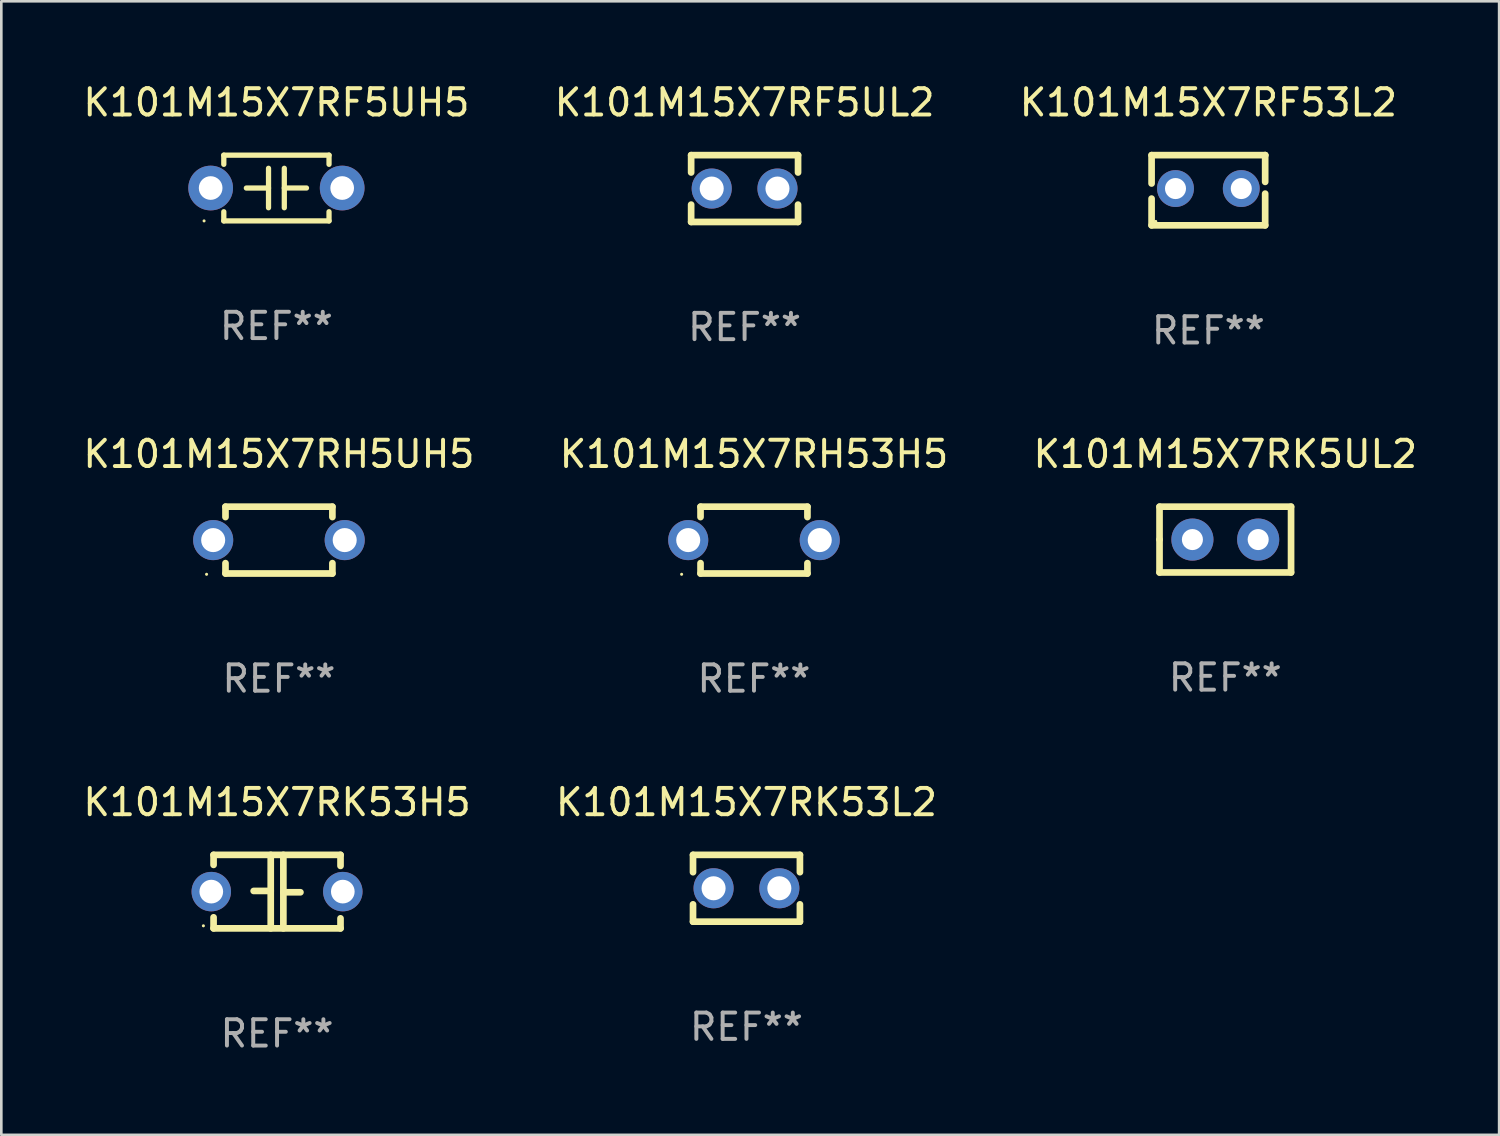
<source format=kicad_pcb>
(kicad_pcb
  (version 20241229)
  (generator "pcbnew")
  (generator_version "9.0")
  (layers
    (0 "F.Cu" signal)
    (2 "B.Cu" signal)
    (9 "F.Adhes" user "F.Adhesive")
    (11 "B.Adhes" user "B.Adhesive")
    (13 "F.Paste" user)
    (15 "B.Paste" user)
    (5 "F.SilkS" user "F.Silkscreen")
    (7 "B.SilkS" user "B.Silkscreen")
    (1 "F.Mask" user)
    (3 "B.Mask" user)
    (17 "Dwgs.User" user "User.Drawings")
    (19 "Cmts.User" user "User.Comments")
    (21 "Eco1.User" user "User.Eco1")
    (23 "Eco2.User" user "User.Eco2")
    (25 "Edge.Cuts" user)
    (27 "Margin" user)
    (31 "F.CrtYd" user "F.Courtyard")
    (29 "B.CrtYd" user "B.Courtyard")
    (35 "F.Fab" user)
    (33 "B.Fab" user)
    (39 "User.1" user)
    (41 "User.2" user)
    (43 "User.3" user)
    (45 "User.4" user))
  (footprint "K101M15X7RF5UL2"
    (layer "F.Cu")
    (at 25.256 4.118)
    (property "Reference" "K101M15X7RF5UL2" (at 0 -3.27 0) (layer "F.SilkS") (effects (font (size 1 1) (thickness 0.15))))
    (attr through_hole)
    (fp_line (start -2.032 -1.27) (end -2.032 -0.611) (stroke (width 0.254) (type solid)) (layer "F.SilkS"))
    (fp_line (start -2.032 0.611) (end -2.032 1.27) (stroke (width 0.254) (type solid)) (layer "F.SilkS"))
    (fp_line (start -2.032 1.27) (end 2.032 1.27) (stroke (width 0.254) (type solid)) (layer "F.SilkS"))
    (fp_line (start 2.032 -1.27) (end -2.032 -1.27) (stroke (width 0.254) (type solid)) (layer "F.SilkS"))
    (fp_line (start 2.032 -0.611) (end 2.032 -1.27) (stroke (width 0.254) (type solid)) (layer "F.SilkS"))
    (fp_line (start 2.032 1.27) (end 2.032 0.611) (stroke (width 0.254) (type solid)) (layer "F.SilkS"))
    (fp_circle (center -2 1.3) (end -1.97 1.3) (stroke (width 0.06) (type solid)) (fill no) (layer "F.SilkS"))
    (fp_text user "REF**" (at 0 5.27 0) (layer "F.Fab") (effects (font (size 1 1) (thickness 0.15))))
    (pad "1" thru_hole circle (at -1.25 0) (size 1.524 1.524) (drill 0.914) (layers "*.Cu" "*.Mask"))
    (pad "2" thru_hole circle (at 1.25 0) (size 1.524 1.524) (drill 0.914) (layers "*.Cu" "*.Mask")))
  (footprint "K101M15X7RH53H5"
    (layer "F.Cu")
    (at 25.613 17.482)
    (property "Reference" "K101M15X7RH53H5" (at 0 -3.27 0) (layer "F.SilkS") (effects (font (size 1 1) (thickness 0.15))))
    (attr through_hole)
    (fp_line (start -2.032 -1.27) (end -2.032 -0.876) (stroke (width 0.254) (type solid)) (layer "F.SilkS"))
    (fp_line (start -2.032 0.876) (end -2.032 1.27) (stroke (width 0.254) (type solid)) (layer "F.SilkS"))
    (fp_line (start -2.032 1.27) (end 2.032 1.27) (stroke (width 0.254) (type solid)) (layer "F.SilkS"))
    (fp_line (start 2.032 -1.27) (end -2.032 -1.27) (stroke (width 0.254) (type solid)) (layer "F.SilkS"))
    (fp_line (start 2.032 -0.876) (end 2.032 -1.27) (stroke (width 0.254) (type solid)) (layer "F.SilkS"))
    (fp_line (start 2.032 1.27) (end 2.032 0.876) (stroke (width 0.254) (type solid)) (layer "F.SilkS"))
    (fp_circle (center -2.751 1.3) (end -2.721 1.3) (stroke (width 0.06) (type solid)) (fill no) (layer "F.SilkS"))
    (fp_text user "REF**" (at 0 5.27 0) (layer "F.Fab") (effects (font (size 1 1) (thickness 0.15))))
    (pad "1" thru_hole circle (at -2.5 0) (size 1.524 1.524) (drill 0.914) (layers "*.Cu" "*.Mask"))
    (pad "2" thru_hole circle (at 2.5 0) (size 1.524 1.524) (drill 0.914) (layers "*.Cu" "*.Mask")))
  (footprint "K101M15X7RF5UH5"
    (layer "F.Cu")
    (at 7.458 4.098)
    (property "Reference" "K101M15X7RF5UH5" (at 0 -3.25 0) (layer "F.SilkS") (effects (font (size 1 1) (thickness 0.15))))
    (attr through_hole)
    (fp_line (start -2 -1.25) (end -2 -0.901) (stroke (width 0.2) (type solid)) (layer "F.SilkS"))
    (fp_line (start -2 -1.25) (end 2 -1.25) (stroke (width 0.2) (type solid)) (layer "F.SilkS"))
    (fp_line (start -2 0.901) (end -2 1.25) (stroke (width 0.2) (type solid)) (layer "F.SilkS"))
    (fp_line (start -0.3 -0.75) (end -0.3 0.75) (stroke (width 0.2) (type solid)) (layer "F.SilkS"))
    (fp_line (start -0.3 0.001) (end -1.143 0.001) (stroke (width 0.2) (type solid)) (layer "F.SilkS"))
    (fp_line (start 0.3 -0.001) (end 1.143 -0.001) (stroke (width 0.2) (type solid)) (layer "F.SilkS"))
    (fp_line (start 0.3 0.75) (end 0.3 -0.75) (stroke (width 0.2) (type solid)) (layer "F.SilkS"))
    (fp_line (start 2 -1.25) (end 2 -0.901) (stroke (width 0.2) (type solid)) (layer "F.SilkS"))
    (fp_line (start 2 0.901) (end 2 1.25) (stroke (width 0.2) (type solid)) (layer "F.SilkS"))
    (fp_line (start 2 1.25) (end -2 1.25) (stroke (width 0.2) (type solid)) (layer "F.SilkS"))
    (fp_circle (center -2.75 1.25) (end -2.72 1.25) (stroke (width 0.06) (type solid)) (fill no) (layer "F.SilkS"))
    (fp_text user "REF**" (at 0 5.25 0) (layer "F.Fab") (effects (font (size 1 1) (thickness 0.15))))
    (pad "1" thru_hole circle (at -2.5 0) (size 1.7 1.7) (drill 0.9) (layers "*.Cu" "*.Mask"))
    (pad "2" thru_hole circle (at 2.5 0) (size 1.7 1.7) (drill 0.9) (layers "*.Cu" "*.Mask")))
  (footprint "K101M15X7RK53L2"
    (layer "F.Cu")
    (at 25.327 30.718)
    (property "Reference" "K101M15X7RK53L2" (at 0 -3.27 0) (layer "F.SilkS") (effects (font (size 1 1) (thickness 0.15))))
    (attr through_hole)
    (fp_line (start -2.032 -1.27) (end -2.032 -0.611) (stroke (width 0.254) (type solid)) (layer "F.SilkS"))
    (fp_line (start -2.032 0.611) (end -2.032 1.27) (stroke (width 0.254) (type solid)) (layer "F.SilkS"))
    (fp_line (start -2.032 1.27) (end 2.032 1.27) (stroke (width 0.254) (type solid)) (layer "F.SilkS"))
    (fp_line (start 2.032 -1.27) (end -2.032 -1.27) (stroke (width 0.254) (type solid)) (layer "F.SilkS"))
    (fp_line (start 2.032 -0.611) (end 2.032 -1.27) (stroke (width 0.254) (type solid)) (layer "F.SilkS"))
    (fp_line (start 2.032 1.27) (end 2.032 0.611) (stroke (width 0.254) (type solid)) (layer "F.SilkS"))
    (fp_circle (center -2 1.3) (end -1.97 1.3) (stroke (width 0.06) (type solid)) (fill no) (layer "F.SilkS"))
    (fp_text user "REF**" (at 0 5.27 0) (layer "F.Fab") (effects (font (size 1 1) (thickness 0.15))))
    (pad "1" thru_hole circle (at -1.25 0) (size 1.524 1.524) (drill 0.914) (layers "*.Cu" "*.Mask"))
    (pad "2" thru_hole circle (at 1.25 0) (size 1.524 1.524) (drill 0.914) (layers "*.Cu" "*.Mask")))
  (footprint "K101M15X7RH5UH5"
    (layer "F.Cu")
    (at 7.554 17.482)
    (property "Reference" "K101M15X7RH5UH5" (at 0 -3.27 0) (layer "F.SilkS") (effects (font (size 1 1) (thickness 0.15))))
    (attr through_hole)
    (fp_line (start -2.032 -1.27) (end -2.032 -0.876) (stroke (width 0.254) (type solid)) (layer "F.SilkS"))
    (fp_line (start -2.032 0.876) (end -2.032 1.27) (stroke (width 0.254) (type solid)) (layer "F.SilkS"))
    (fp_line (start -2.032 1.27) (end 2.032 1.27) (stroke (width 0.254) (type solid)) (layer "F.SilkS"))
    (fp_line (start 2.032 -1.27) (end -2.032 -1.27) (stroke (width 0.254) (type solid)) (layer "F.SilkS"))
    (fp_line (start 2.032 -0.876) (end 2.032 -1.27) (stroke (width 0.254) (type solid)) (layer "F.SilkS"))
    (fp_line (start 2.032 1.27) (end 2.032 0.876) (stroke (width 0.254) (type solid)) (layer "F.SilkS"))
    (fp_circle (center -2.751 1.3) (end -2.721 1.3) (stroke (width 0.06) (type solid)) (fill no) (layer "F.SilkS"))
    (fp_text user "REF**" (at 0 5.27 0) (layer "F.Fab") (effects (font (size 1 1) (thickness 0.15))))
    (pad "1" thru_hole circle (at -2.5 0) (size 1.524 1.524) (drill 0.914) (layers "*.Cu" "*.Mask"))
    (pad "2" thru_hole circle (at 2.5 0) (size 1.524 1.524) (drill 0.914) (layers "*.Cu" "*.Mask")))
  (footprint "K101M15X7RK5UL2"
    (layer "F.Cu")
    (at 43.53 17.462)
    (property "Reference" "K101M15X7RK5UL2" (at 0 -3.25 0) (layer "F.SilkS") (effects (font (size 1 1) (thickness 0.15))))
    (attr through_hole)
    (fp_line (start -2.5 -1.25) (end 2.5 -1.25) (stroke (width 0.254) (type solid)) (layer "F.SilkS"))
    (fp_line (start -2.5 0) (end -2.5 -1.25) (stroke (width 0.254) (type solid)) (layer "F.SilkS"))
    (fp_line (start -2.5 1.25) (end -2.5 0) (stroke (width 0.254) (type solid)) (layer "F.SilkS"))
    (fp_line (start 2.5 -1.25) (end 2.5 1.25) (stroke (width 0.254) (type solid)) (layer "F.SilkS"))
    (fp_line (start 2.5 1.25) (end -2.5 1.25) (stroke (width 0.254) (type solid)) (layer "F.SilkS"))
    (fp_circle (center -2.5 1.25) (end -2.47 1.25) (stroke (width 0.06) (type solid)) (fill no) (layer "F.SilkS"))
    (fp_text user "REF**" (at 0 5.25 0) (layer "F.Fab") (effects (font (size 1 1) (thickness 0.15))))
    (pad "1" thru_hole circle (at -1.25 0) (size 1.6 1.6) (drill 0.8) (layers "*.Cu" "*.Mask"))
    (pad "2" thru_hole circle (at 1.25 0) (size 1.6 1.6) (drill 0.8) (layers "*.Cu" "*.Mask")))
  (footprint "K101M15X7RF53L2"
    (layer "F.Cu")
    (at 42.887 4.182)
    (property "Reference" "K101M15X7RF53L2" (at 0 -3.334 0) (layer "F.SilkS") (effects (font (size 1 1) (thickness 0.15))))
    (attr through_hole)
    (fp_line (start -2.159 -1.334) (end 2.159 -1.334) (stroke (width 0.254) (type solid)) (layer "F.SilkS"))
    (fp_line (start -2.159 -0.256) (end -2.159 -1.334) (stroke (width 0.254) (type solid)) (layer "F.SilkS"))
    (fp_line (start -2.159 1.334) (end -2.159 0.318) (stroke (width 0.254) (type solid)) (layer "F.SilkS"))
    (fp_line (start 2.159 -1.334) (end 2.159 -1.334) (stroke (width 0.254) (type solid)) (layer "F.SilkS"))
    (fp_line (start 2.159 -1.334) (end 2.159 -0.318) (stroke (width 0.254) (type solid)) (layer "F.SilkS"))
    (fp_line (start 2.159 0.129) (end 2.159 1.334) (stroke (width 0.254) (type solid)) (layer "F.SilkS"))
    (fp_line (start 2.159 1.334) (end -2.159 1.334) (stroke (width 0.254) (type solid)) (layer "F.SilkS"))
    (fp_circle (center -2 1.186) (end -1.97 1.186) (stroke (width 0.06) (type solid)) (fill no) (layer "F.SilkS"))
    (fp_text user "REF**" (at 0 5.334 0) (layer "F.Fab") (effects (font (size 1 1) (thickness 0.15))))
    (pad "1" thru_hole circle (at -1.25 -0.064) (size 1.4 1.4) (drill 0.8) (layers "*.Cu" "*.Mask"))
    (pad "2" thru_hole circle (at 1.25 -0.064) (size 1.4 1.4) (drill 0.8) (layers "*.Cu" "*.Mask")))
  (footprint "K101M15X7RK53H5"
    (layer "F.Cu")
    (at 7.482 30.845)
    (property "Reference" "K101M15X7RK53H5" (at 0 -3.397 0) (layer "F.SilkS") (effects (font (size 1 1) (thickness 0.15))))
    (attr through_hole)
    (fp_line (start -2.413 -1.397) (end 2.413 -1.397) (stroke (width 0.254) (type solid)) (layer "F.SilkS"))
    (fp_line (start -2.413 -1.016) (end -2.413 -1.397) (stroke (width 0.254) (type solid)) (layer "F.SilkS"))
    (fp_line (start -2.413 0.977) (end -2.413 1.397) (stroke (width 0.254) (type solid)) (layer "F.SilkS"))
    (fp_line (start -0.24 -0.025) (end -0.889 -0.025) (stroke (width 0.254) (type solid)) (layer "F.SilkS"))
    (fp_line (start -0.24 1.397) (end -0.24 -1.397) (stroke (width 0.254) (type solid)) (layer "F.SilkS"))
    (fp_line (start 0.24 -1.397) (end 0.24 1.397) (stroke (width 0.254) (type solid)) (layer "F.SilkS"))
    (fp_line (start 0.24 0.025) (end 0.889 0.025) (stroke (width 0.254) (type solid)) (layer "F.SilkS"))
    (fp_line (start 2.413 -0.977) (end 2.413 -1.397) (stroke (width 0.254) (type solid)) (layer "F.SilkS"))
    (fp_line (start 2.413 1.016) (end 2.413 1.397) (stroke (width 0.254) (type solid)) (layer "F.SilkS"))
    (fp_line (start 2.413 1.397) (end -2.413 1.397) (stroke (width 0.254) (type solid)) (layer "F.SilkS"))
    (fp_circle (center -2.8 1.3) (end -2.77 1.3) (stroke (width 0.06) (type solid)) (fill no) (layer "F.SilkS"))
    (fp_text user "REF**" (at 0 5.397 0) (layer "F.Fab") (effects (font (size 1 1) (thickness 0.15))))
    (pad "1" thru_hole circle (at -2.5 0) (size 1.5 1.5) (drill 0.9) (layers "*.Cu" "*.Mask"))
    (pad "2" thru_hole circle (at 2.5 0) (size 1.5 1.5) (drill 0.9) (layers "*.Cu" "*.Mask")))
  (gr_rect
    (start -3 -3)
    (end 53.94 40.091)
    (stroke (width 0.1) (type default))
    (fill no)
    (layer "Edge.Cuts")))
</source>
